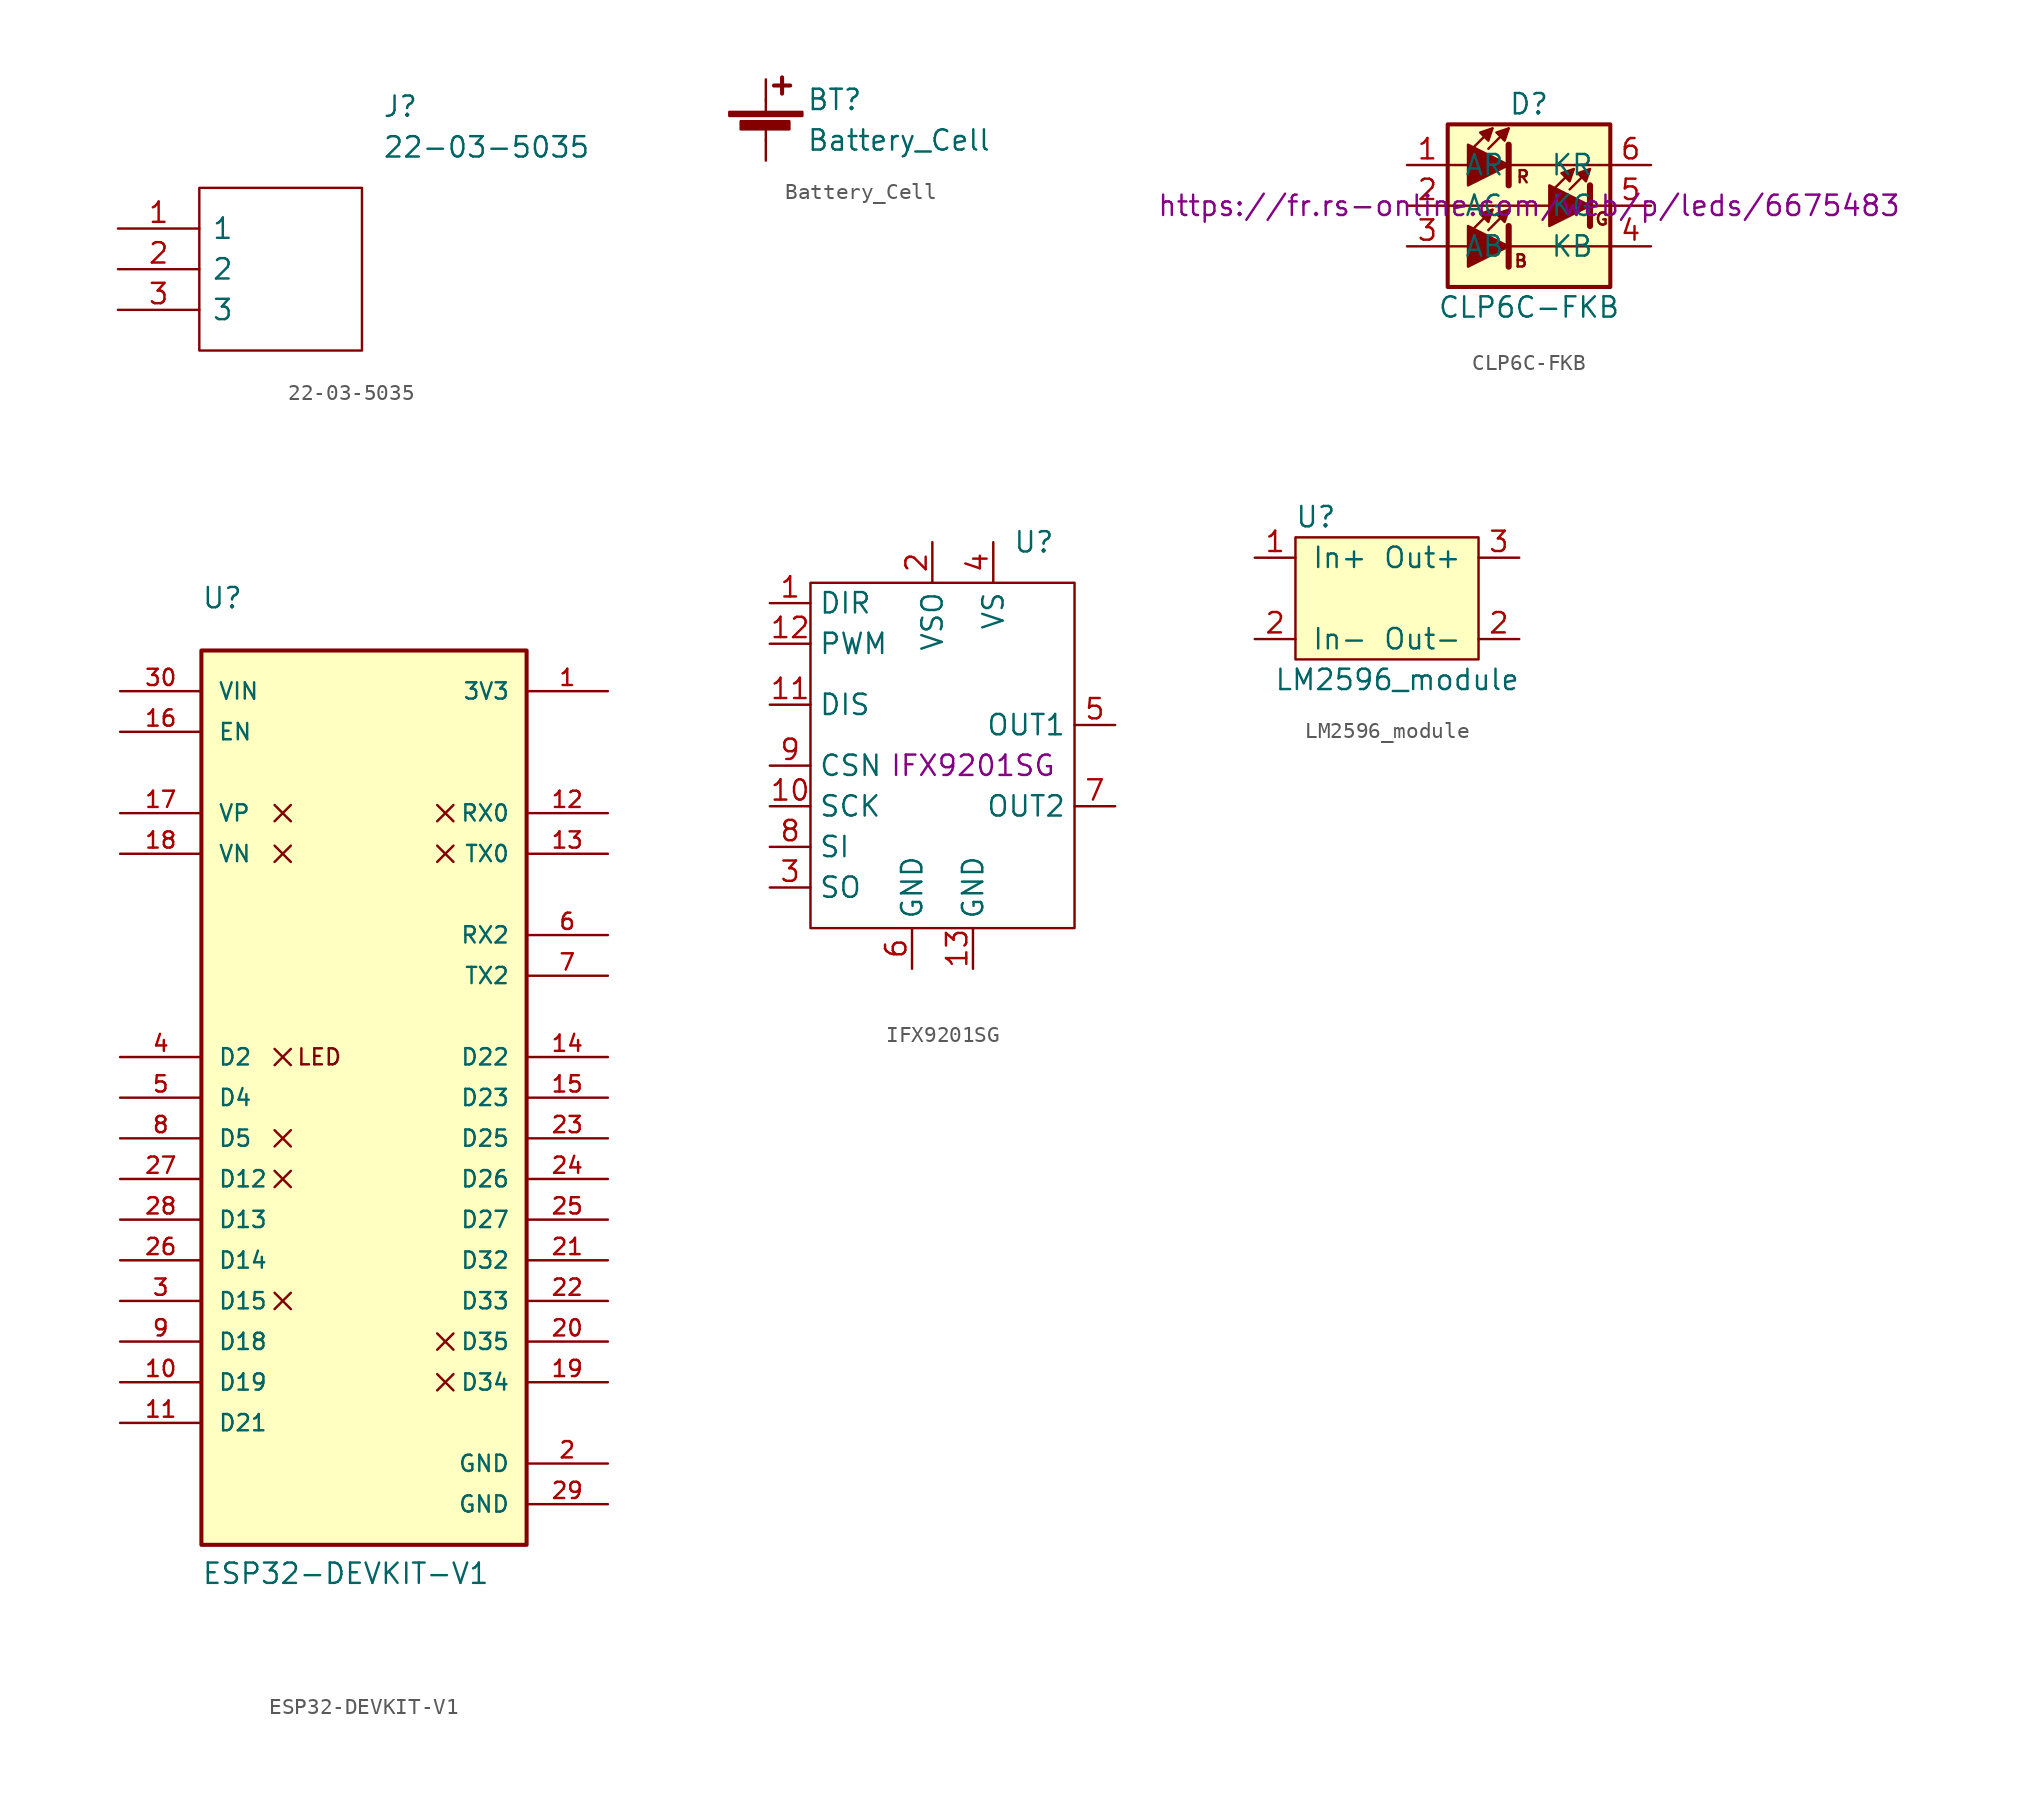
<source format=kicad_sym>
(kicad_symbol_lib
  (version 20231120)
  (generator "kicad_symbol_editor")
  (generator_version "8.0")
  (symbol "22-03-5035"
    (pin_names
      (offset 0.762))
    (property "Reference" "J"
      (at 16.51 7.62 0)
      (effects (font (size 1.27 1.27)) (justify left)))
    (property "Value" "22-03-5035"
      (at 16.51 5.08 0)
      (effects (font (size 1.27 1.27)) (justify left)))
    (symbol "22-03-5035_0_0"
      (pin power_in line (at 0 0 0) (length 5.08) (name "1" (effects (font (size 1.27 1.27)))) (number "1" (effects (font (size 1.27 1.27)))))
      (pin power_in line (at 0 -2.54 0) (length 5.08) (name "2" (effects (font (size 1.27 1.27)))) (number "2" (effects (font (size 1.27 1.27)))))
      (pin bidirectional line (at 0 -5.08 0) (length 5.08) (name "3" (effects (font (size 1.27 1.27)))) (number "3" (effects (font (size 1.27 1.27))))))
    (symbol "22-03-5035_0_1"
      (polyline (pts (xy 5.08 2.54) (xy 15.24 2.54) (xy 15.24 -7.62) (xy 5.08 -7.62) (xy 5.08 2.54)) (stroke (width 0.152) (type default)) (fill (type none)))))
  (symbol "Battery_Cell"
    (pin_numbers hide)
    (pin_names
      (offset 0) hide)
    (property "Reference" "BT"
      (at 2.54 1.27 0)
      (effects (font (size 1.27 1.27)) (justify left)))
    (property "Value" "Battery_Cell"
      (at 2.54 -1.27 0)
      (effects (font (size 1.27 1.27)) (justify left)))
    (symbol "Battery_Cell_0_1"
      (rectangle (start -2.286 0.508) (end 2.286 0.254) (stroke (width 0) (type default)) (fill (type outline)))
      (rectangle (start -1.575 -0.076) (end 1.473 -0.584) (stroke (width 0) (type default)) (fill (type outline)))
      (polyline (pts (xy 0 -0.508) (xy 0 -1.27)) (stroke (width 0) (type default)) (fill (type none)))
      (polyline (pts (xy 0 0.508) (xy 0 1.27)) (stroke (width 0) (type default)) (fill (type none)))
      (polyline (pts (xy 0.508 2.159) (xy 1.524 2.159)) (stroke (width 0.254) (type default)) (fill (type none)))
      (polyline (pts (xy 1.016 2.667) (xy 1.016 1.651)) (stroke (width 0.254) (type default)) (fill (type none))))
    (symbol "Battery_Cell_1_1"
      (pin passive line (at 0 2.54 270) (length 1.27) (name "+" (effects (font (size 1.27 1.27)))) (number "1" (effects (font (size 1.27 1.27)))))
      (pin passive line (at 0 -2.54 90) (length 1.27) (name "-" (effects (font (size 1.27 1.27)))) (number "2" (effects (font (size 1.27 1.27)))))))
  (symbol "CLP6C-FKB"
    (pin_names
      (offset 1.016))
    (property "Reference" "D"
      (at 0 6.35 0)
      (effects (font (size 1.27 1.27))))
    (property "Value" "CLP6C-FKB"
      (at 0 -6.35 0)
      (effects (font (size 1.27 1.27))))
    (property "RS" "https://fr.rs-online.com/web/p/leds/6675483"
      (at 0 0 0)
      (effects (font (size 1.27 1.27))))
    (symbol "CLP6C-FKB_0_0"
      (text "B" (at -0.508 -3.454 0) (effects (font (size 0.762 0.762))))
      (text "G" (at 4.547 -0.838 0) (effects (font (size 0.762 0.762))))
      (text "R" (at -0.381 1.803 0) (effects (font (size 0.762 0.762)))))
    (symbol "CLP6C-FKB_0_1"
      (rectangle (start -5.08 5.08) (end 5.08 -5.08) (stroke (width 0.254) (type default)) (fill (type background)))
      (polyline (pts (xy -5.08 -2.54) (xy -3.81 -2.54)) (stroke (width 0) (type default)) (fill (type none)))
      (polyline (pts (xy -5.08 0) (xy 1.27 0)) (stroke (width 0) (type default)) (fill (type none)))
      (polyline (pts (xy -3.81 2.54) (xy -5.08 2.54)) (stroke (width 0) (type default)) (fill (type none)))
      (polyline (pts (xy -3.556 -1.524) (xy -2.286 -0.254)) (stroke (width 0) (type default)) (fill (type none)))
      (polyline (pts (xy -3.556 3.556) (xy -2.286 4.826)) (stroke (width 0) (type default)) (fill (type none)))
      (polyline (pts (xy -2.54 -1.524) (xy -1.27 -0.254)) (stroke (width 0) (type default)) (fill (type none)))
      (polyline (pts (xy -2.54 3.556) (xy -1.27 4.826)) (stroke (width 0) (type default)) (fill (type none)))
      (polyline (pts (xy -1.27 -2.54) (xy 5.08 -2.54)) (stroke (width 0) (type default)) (fill (type none)))
      (polyline (pts (xy -1.27 -1.27) (xy -1.27 -3.81)) (stroke (width 0.381) (type default)) (fill (type none)))
      (polyline (pts (xy -1.27 2.54) (xy 5.08 2.54)) (stroke (width 0) (type default)) (fill (type none)))
      (polyline (pts (xy -1.27 3.81) (xy -1.27 1.27)) (stroke (width 0.381) (type default)) (fill (type none)))
      (polyline (pts (xy 1.524 1.016) (xy 2.794 2.286)) (stroke (width 0) (type default)) (fill (type none)))
      (polyline (pts (xy 2.54 1.016) (xy 3.81 2.286)) (stroke (width 0) (type default)) (fill (type none)))
      (polyline (pts (xy 3.81 0) (xy 5.08 0)) (stroke (width 0) (type default)) (fill (type none)))
      (polyline (pts (xy 3.81 1.27) (xy 3.81 -1.27)) (stroke (width 0.381) (type default)) (fill (type none)))
      (polyline (pts (xy -3.81 -1.27) (xy -3.81 -3.81) (xy -1.27 -2.54) (xy -3.81 -1.27)) (stroke (width 0) (type default)) (fill (type outline)))
      (polyline (pts (xy -3.81 3.81) (xy -3.81 1.27) (xy -1.27 2.54) (xy -3.81 3.81)) (stroke (width 0) (type default)) (fill (type outline)))
      (polyline (pts (xy -2.286 -0.254) (xy -2.54 -1.016) (xy -3.048 -0.508) (xy -2.286 -0.254)) (stroke (width 0) (type default)) (fill (type outline)))
      (polyline (pts (xy -2.286 4.826) (xy -2.54 4.064) (xy -3.048 4.572) (xy -2.286 4.826)) (stroke (width 0) (type default)) (fill (type outline)))
      (polyline (pts (xy -1.27 -0.254) (xy -1.524 -1.016) (xy -2.032 -0.508) (xy -1.27 -0.254)) (stroke (width 0) (type default)) (fill (type outline)))
      (polyline (pts (xy -1.27 4.826) (xy -1.524 4.064) (xy -2.032 4.572) (xy -1.27 4.826)) (stroke (width 0) (type default)) (fill (type outline)))
      (polyline (pts (xy 1.27 1.27) (xy 1.27 -1.27) (xy 3.81 0) (xy 1.27 1.27)) (stroke (width 0) (type default)) (fill (type outline)))
      (polyline (pts (xy 2.794 2.286) (xy 2.54 1.524) (xy 2.032 2.032) (xy 2.794 2.286)) (stroke (width 0) (type default)) (fill (type outline)))
      (polyline (pts (xy 3.81 2.286) (xy 3.556 1.524) (xy 3.048 2.032) (xy 3.81 2.286)) (stroke (width 0) (type default)) (fill (type outline))))
    (symbol "CLP6C-FKB_1_1"
      (pin passive line (at -7.62 2.54 0) (length 2.54) (name "AR" (effects (font (size 1.27 1.27)))) (number "1" (effects (font (size 1.27 1.27)))))
      (pin passive line (at -7.62 0 0) (length 2.54) (name "AG" (effects (font (size 1.27 1.27)))) (number "2" (effects (font (size 1.27 1.27)))))
      (pin passive line (at -7.62 -2.54 0) (length 2.54) (name "AB" (effects (font (size 1.27 1.27)))) (number "3" (effects (font (size 1.27 1.27)))))
      (pin passive line (at 7.62 -2.54 180) (length 2.54) (name "KB" (effects (font (size 1.27 1.27)))) (number "4" (effects (font (size 1.27 1.27)))))
      (pin passive line (at 7.62 0 180) (length 2.54) (name "KG" (effects (font (size 1.27 1.27)))) (number "5" (effects (font (size 1.27 1.27)))))
      (pin passive line (at 7.62 2.54 180) (length 2.54) (name "KR" (effects (font (size 1.27 1.27)))) (number "6" (effects (font (size 1.27 1.27)))))))
  (symbol "ESP32-DEVKIT-V1"
    (pin_names
      (offset 1.016))
    (property "Reference" "U"
      (at -10.16 30.48 0)
      (effects (font (size 1.27 1.27)) (justify left bottom)))
    (property "Value" "ESP32-DEVKIT-V1"
      (at -10.16 -30.48 0)
      (effects (font (size 1.27 1.27)) (justify left bottom)))
    (symbol "ESP32-DEVKIT-V1_0_0"
      (rectangle (start -10.16 27.94) (end 10.16 -27.94) (stroke (width 0.254) (type default)) (fill (type background)))
      (pin output line (at 15.24 25.4 180) (length 5.08) (name "3V3" (effects (font (size 1.016 1.016)))) (number "1" (effects (font (size 1.016 1.016)))))
      (pin bidirectional line (at -15.24 -17.78 0) (length 5.08) (name "D19" (effects (font (size 1.016 1.016)))) (number "10" (effects (font (size 1.016 1.016)))))
      (pin bidirectional line (at -15.24 -20.32 0) (length 5.08) (name "D21" (effects (font (size 1.016 1.016)))) (number "11" (effects (font (size 1.016 1.016)))))
      (pin input line (at 15.24 17.78 180) (length 5.08) (name "RX0" (effects (font (size 1.016 1.016)))) (number "12" (effects (font (size 1.016 1.016)))))
      (pin output line (at 15.24 15.24 180) (length 5.08) (name "TX0" (effects (font (size 1.016 1.016)))) (number "13" (effects (font (size 1.016 1.016)))))
      (pin bidirectional line (at 15.24 2.54 180) (length 5.08) (name "D22" (effects (font (size 1.016 1.016)))) (number "14" (effects (font (size 1.016 1.016)))))
      (pin bidirectional line (at 15.24 0 180) (length 5.08) (name "D23" (effects (font (size 1.016 1.016)))) (number "15" (effects (font (size 1.016 1.016)))))
      (pin input line (at -15.24 22.86 0) (length 5.08) (name "EN" (effects (font (size 1.016 1.016)))) (number "16" (effects (font (size 1.016 1.016)))))
      (pin bidirectional line (at -15.24 17.78 0) (length 5.08) (name "VP" (effects (font (size 1.016 1.016)))) (number "17" (effects (font (size 1.016 1.016)))))
      (pin bidirectional line (at -15.24 15.24 0) (length 5.08) (name "VN" (effects (font (size 1.016 1.016)))) (number "18" (effects (font (size 1.016 1.016)))))
      (pin bidirectional line (at 15.24 -17.78 180) (length 5.08) (name "D34" (effects (font (size 1.016 1.016)))) (number "19" (effects (font (size 1.016 1.016)))))
      (pin power_in line (at 15.24 -22.86 180) (length 5.08) (name "GND" (effects (font (size 1.016 1.016)))) (number "2" (effects (font (size 1.016 1.016)))))
      (pin bidirectional line (at 15.24 -15.24 180) (length 5.08) (name "D35" (effects (font (size 1.016 1.016)))) (number "20" (effects (font (size 1.016 1.016)))))
      (pin bidirectional line (at 15.24 -10.16 180) (length 5.08) (name "D32" (effects (font (size 1.016 1.016)))) (number "21" (effects (font (size 1.016 1.016)))))
      (pin bidirectional line (at 15.24 -12.7 180) (length 5.08) (name "D33" (effects (font (size 1.016 1.016)))) (number "22" (effects (font (size 1.016 1.016)))))
      (pin bidirectional line (at 15.24 -2.54 180) (length 5.08) (name "D25" (effects (font (size 1.016 1.016)))) (number "23" (effects (font (size 1.016 1.016)))))
      (pin bidirectional line (at 15.24 -5.08 180) (length 5.08) (name "D26" (effects (font (size 1.016 1.016)))) (number "24" (effects (font (size 1.016 1.016)))))
      (pin bidirectional line (at 15.24 -7.62 180) (length 5.08) (name "D27" (effects (font (size 1.016 1.016)))) (number "25" (effects (font (size 1.016 1.016)))))
      (pin bidirectional line (at -15.24 -10.16 0) (length 5.08) (name "D14" (effects (font (size 1.016 1.016)))) (number "26" (effects (font (size 1.016 1.016)))))
      (pin bidirectional line (at -15.24 -5.08 0) (length 5.08) (name "D12" (effects (font (size 1.016 1.016)))) (number "27" (effects (font (size 1.016 1.016)))))
      (pin bidirectional line (at -15.24 -7.62 0) (length 5.08) (name "D13" (effects (font (size 1.016 1.016)))) (number "28" (effects (font (size 1.016 1.016)))))
      (pin power_in line (at 15.24 -25.4 180) (length 5.08) (name "GND" (effects (font (size 1.016 1.016)))) (number "29" (effects (font (size 1.016 1.016)))))
      (pin bidirectional line (at -15.24 -12.7 0) (length 5.08) (name "D15" (effects (font (size 1.016 1.016)))) (number "3" (effects (font (size 1.016 1.016)))))
      (pin input line (at -15.24 25.4 0) (length 5.08) (name "VIN" (effects (font (size 1.016 1.016)))) (number "30" (effects (font (size 1.016 1.016)))))
      (pin bidirectional line (at -15.24 2.54 0) (length 5.08) (name "D2" (effects (font (size 1.016 1.016)))) (number "4" (effects (font (size 1.016 1.016)))))
      (pin bidirectional line (at -15.24 0 0) (length 5.08) (name "D4" (effects (font (size 1.016 1.016)))) (number "5" (effects (font (size 1.016 1.016)))))
      (pin input line (at 15.24 10.16 180) (length 5.08) (name "RX2" (effects (font (size 1.016 1.016)))) (number "6" (effects (font (size 1.016 1.016)))))
      (pin output line (at 15.24 7.62 180) (length 5.08) (name "TX2" (effects (font (size 1.016 1.016)))) (number "7" (effects (font (size 1.016 1.016)))))
      (pin bidirectional line (at -15.24 -2.54 0) (length 5.08) (name "D5" (effects (font (size 1.016 1.016)))) (number "8" (effects (font (size 1.016 1.016)))))
      (pin bidirectional line (at -15.24 -15.24 0) (length 5.08) (name "D18" (effects (font (size 1.016 1.016)))) (number "9" (effects (font (size 1.016 1.016))))))
    (symbol "ESP32-DEVKIT-V1_0_1"
      (polyline (pts (xy -5.588 -12.192) (xy -4.572 -13.208)) (stroke (width 0) (type default)) (fill (type none)))
      (polyline (pts (xy -5.588 -4.572) (xy -4.572 -5.588)) (stroke (width 0) (type default)) (fill (type none)))
      (polyline (pts (xy -5.588 -2.032) (xy -4.572 -3.048)) (stroke (width 0) (type default)) (fill (type none)))
      (polyline (pts (xy -5.588 3.048) (xy -4.572 2.032)) (stroke (width 0) (type default)) (fill (type none)))
      (polyline (pts (xy -5.588 15.748) (xy -4.572 14.732)) (stroke (width 0) (type default)) (fill (type none)))
      (polyline (pts (xy -5.588 18.288) (xy -4.572 17.272)) (stroke (width 0) (type default)) (fill (type none)))
      (polyline (pts (xy -4.572 -12.192) (xy -5.588 -13.208)) (stroke (width 0) (type default)) (fill (type none)))
      (polyline (pts (xy -4.572 -4.572) (xy -5.588 -5.588)) (stroke (width 0) (type default)) (fill (type none)))
      (polyline (pts (xy -4.572 -2.032) (xy -5.588 -3.048)) (stroke (width 0) (type default)) (fill (type none)))
      (polyline (pts (xy -4.572 3.048) (xy -5.588 2.032)) (stroke (width 0) (type default)) (fill (type none)))
      (polyline (pts (xy -4.572 15.748) (xy -5.588 14.732)) (stroke (width 0) (type default)) (fill (type none)))
      (polyline (pts (xy -4.572 18.288) (xy -5.588 17.272)) (stroke (width 0) (type default)) (fill (type none)))
      (polyline (pts (xy 4.572 -17.272) (xy 5.588 -18.288)) (stroke (width 0) (type default)) (fill (type none)))
      (polyline (pts (xy 4.572 -14.732) (xy 5.588 -15.748)) (stroke (width 0) (type default)) (fill (type none)))
      (polyline (pts (xy 4.572 15.748) (xy 5.588 14.732)) (stroke (width 0) (type default)) (fill (type none)))
      (polyline (pts (xy 4.572 18.288) (xy 5.588 17.272)) (stroke (width 0) (type default)) (fill (type none)))
      (polyline (pts (xy 5.588 -17.272) (xy 4.572 -18.288)) (stroke (width 0) (type default)) (fill (type none)))
      (polyline (pts (xy 5.588 -14.732) (xy 4.572 -15.748)) (stroke (width 0) (type default)) (fill (type none)))
      (polyline (pts (xy 5.588 15.748) (xy 4.572 14.732)) (stroke (width 0) (type default)) (fill (type none)))
      (polyline (pts (xy 5.588 18.288) (xy 4.572 17.272)) (stroke (width 0) (type default)) (fill (type none))))
    (symbol "ESP32-DEVKIT-V1_1_1"
      (text "LED" (at -2.794 2.54 0) (effects (font (size 1 1))))))
  (symbol "IFX9201SG"
    (property "Reference" "U"
      (at 6.35 13.97 0)
      (effects (font (size 1.27 1.27))))
    (property "Value" ""
      (at 5.08 7.62 0)
      (effects (font (size 1.27 1.27))))
    (property "name" "IFX9201SG"
      (at 2.54 0 0)
      (effects (font (size 1.27 1.27))))
    (symbol "IFX9201SG_0_1"
      (rectangle (start -7.62 11.43) (end 8.89 -10.16) (stroke (width 0) (type default)) (fill (type none))))
    (symbol "IFX9201SG_1_1"
      (pin input line (at -10.16 10.16 0) (length 2.54) (name "DIR" (effects (font (size 1.27 1.27)))) (number "1" (effects (font (size 1.27 1.27)))))
      (pin input line (at -10.16 -2.54 0) (length 2.54) (name "SCK" (effects (font (size 1.27 1.27)))) (number "10" (effects (font (size 1.27 1.27)))))
      (pin input line (at -10.16 3.81 0) (length 2.54) (name "DIS" (effects (font (size 1.27 1.27)))) (number "11" (effects (font (size 1.27 1.27)))))
      (pin input line (at -10.16 7.62 0) (length 2.54) (name "PWM" (effects (font (size 1.27 1.27)))) (number "12" (effects (font (size 1.27 1.27)))))
      (pin power_in line (at 2.54 -12.7 90) (length 2.54) (name "GND" (effects (font (size 1.27 1.27)))) (number "13" (effects (font (size 1.27 1.27)))))
      (pin power_in line (at 0 13.97 270) (length 2.54) (name "VSO" (effects (font (size 1.27 1.27)))) (number "2" (effects (font (size 1.27 1.27)))))
      (pin output line (at -10.16 -7.62 0) (length 2.54) (name "SO" (effects (font (size 1.27 1.27)))) (number "3" (effects (font (size 1.27 1.27)))))
      (pin power_in line (at 3.81 13.97 270) (length 2.54) (name "VS" (effects (font (size 1.27 1.27)))) (number "4" (effects (font (size 1.27 1.27)))))
      (pin output line (at 11.43 2.54 180) (length 2.54) (name "OUT1" (effects (font (size 1.27 1.27)))) (number "5" (effects (font (size 1.27 1.27)))))
      (pin power_in line (at -1.27 -12.7 90) (length 2.54) (name "GND" (effects (font (size 1.27 1.27)))) (number "6" (effects (font (size 1.27 1.27)))))
      (pin output line (at 11.43 -2.54 180) (length 2.54) (name "OUT2" (effects (font (size 1.27 1.27)))) (number "7" (effects (font (size 1.27 1.27)))))
      (pin input line (at -10.16 -5.08 0) (length 2.54) (name "SI" (effects (font (size 1.27 1.27)))) (number "8" (effects (font (size 1.27 1.27)))))
      (pin input line (at -10.16 0 0) (length 2.54) (name "CSN" (effects (font (size 1.27 1.27)))) (number "9" (effects (font (size 1.27 1.27)))))))
  (symbol "LM2596_module"
    (pin_names
      (offset 1.016))
    (property "Reference" "U"
      (at -3.81 5.08 0)
      (effects (font (size 1.27 1.27))))
    (property "Value" "LM2596_module"
      (at 1.27 -5.08 0)
      (effects (font (size 1.27 1.27))))
    (symbol "LM2596_module_0_1"
      (rectangle (start -5.08 3.81) (end 6.35 -3.81) (stroke (width 0) (type default)) (fill (type background))))
    (symbol "LM2596_module_1_1"
      (pin power_in line (at -7.62 2.54 0) (length 2.54) (name "In+" (effects (font (size 1.27 1.27)))) (number "1" (effects (font (size 1.27 1.27)))))
      (pin power_in line (at -7.62 -2.54 0) (length 2.54) (name "In-" (effects (font (size 1.27 1.27)))) (number "2" (effects (font (size 1.27 1.27)))))
      (pin power_out line (at 8.89 -2.54 180) (length 2.54) (name "Out-" (effects (font (size 1.27 1.27)))) (number "2" (effects (font (size 1.27 1.27)))))
      (pin power_out line (at 8.89 2.54 180) (length 2.54) (name "Out+" (effects (font (size 1.27 1.27)))) (number "3" (effects (font (size 1.27 1.27))))))))
</source>
